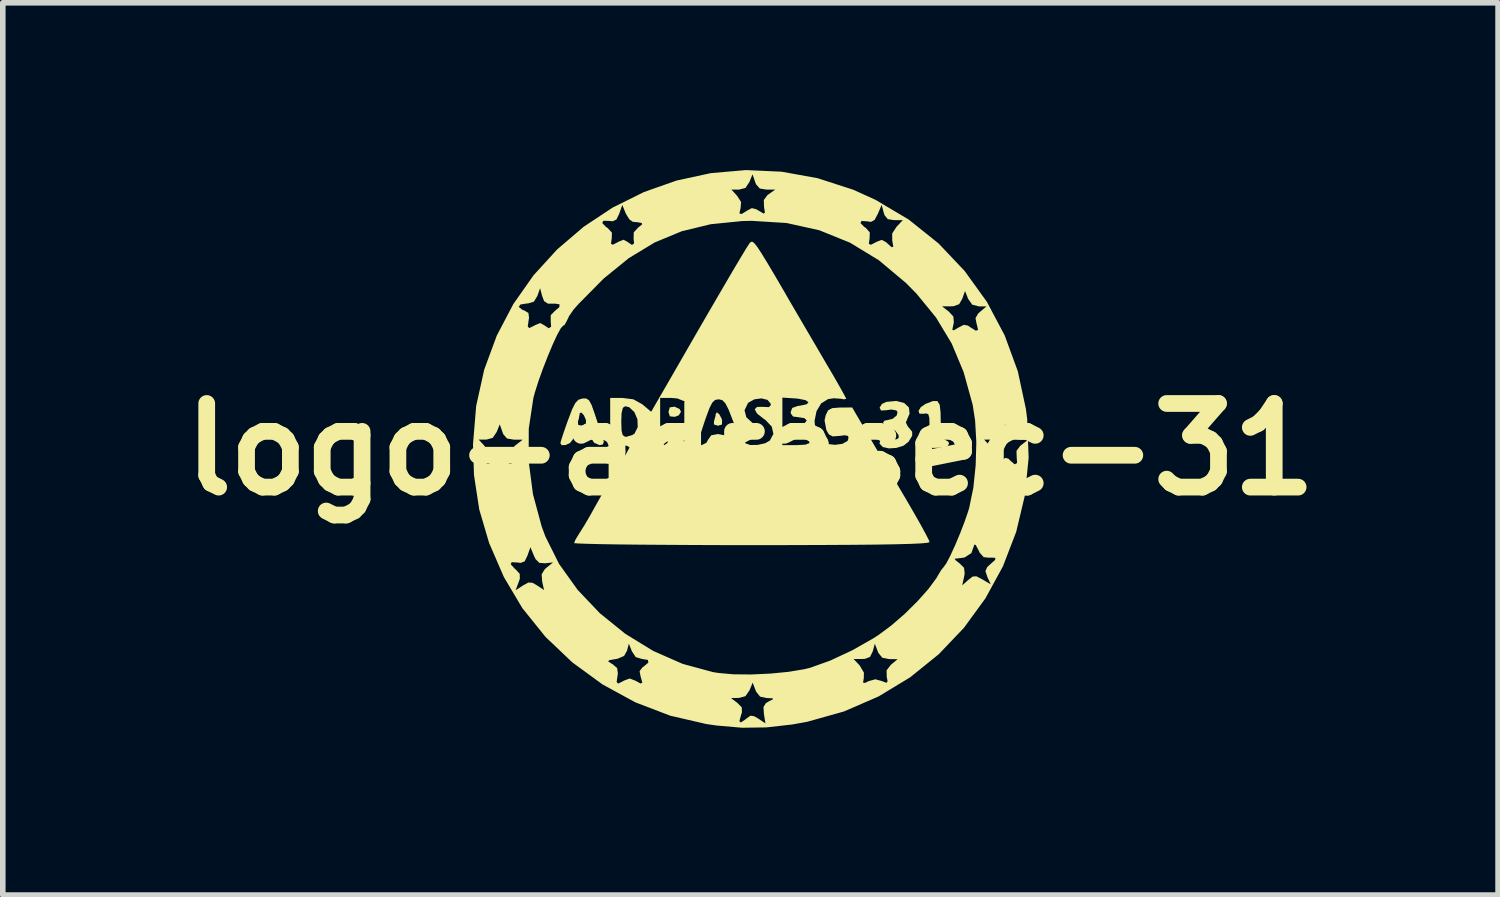
<source format=kicad_pcb>
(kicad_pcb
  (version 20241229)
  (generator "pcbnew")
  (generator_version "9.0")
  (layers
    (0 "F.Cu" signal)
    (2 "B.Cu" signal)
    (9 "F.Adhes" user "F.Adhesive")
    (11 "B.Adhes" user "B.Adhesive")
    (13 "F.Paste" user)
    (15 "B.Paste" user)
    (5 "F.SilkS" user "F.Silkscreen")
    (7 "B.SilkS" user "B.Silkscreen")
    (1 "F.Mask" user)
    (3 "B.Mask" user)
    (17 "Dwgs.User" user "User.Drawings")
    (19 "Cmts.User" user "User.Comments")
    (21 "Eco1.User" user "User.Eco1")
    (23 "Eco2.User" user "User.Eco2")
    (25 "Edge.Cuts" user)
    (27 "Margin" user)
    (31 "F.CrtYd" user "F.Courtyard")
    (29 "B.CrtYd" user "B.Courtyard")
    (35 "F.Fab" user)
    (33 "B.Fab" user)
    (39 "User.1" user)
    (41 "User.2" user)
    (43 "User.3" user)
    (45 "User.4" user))
  (footprint "logo-adrasec-31"
    (layer "F.Cu")
    (at 10.407 5.007)
    (property "Reference" "logo-adrasec-31" (at 0 0 0) (layer "F.SilkS") (effects (font (size 1.5 1.5) (thickness 0.3))))
    (attr board_only exclude_from_pos_files exclude_from_bom)
    (fp_poly (pts (xy -1.357 -0.763) (xy -1.27 -0.722) (xy -1.245 -0.672) (xy -1.287 -0.608) (xy -1.357 -0.582) (xy -1.445 -0.591) (xy -1.469 -0.668) (xy -1.469 -0.672) (xy -1.446 -0.752) (xy -1.362 -0.764)) (stroke (width 0) (type solid)) (fill yes) (layer "F.SilkS"))
    (fp_poly (pts (xy -0.56 -0.63) (xy -0.518 -0.553) (xy -0.509 -0.524) (xy -0.51 -0.444) (xy -0.583 -0.423) (xy -0.655 -0.446) (xy -0.653 -0.502) (xy -0.626 -0.599) (xy -0.623 -0.63) (xy -0.603 -0.663)) (stroke (width 0) (type solid)) (fill yes) (layer "F.SilkS"))
    (fp_poly (pts (xy 3.352 -0.865) (xy 3.394 -0.799) (xy 3.41 -0.654) (xy 3.412 -0.523) (xy 3.416 -0.334) (xy 3.432 -0.225) (xy 3.463 -0.179) (xy 3.486 -0.174) (xy 3.552 -0.134) (xy 3.561 -0.1) (xy 3.536 -0.055) (xy 3.45 -0.031) (xy 3.287 -0.025) (xy 3.122 -0.032) (xy 3.037 -0.055) (xy 3.013 -0.1) (xy 3.055 -0.16) (xy 3.113 -0.174) (xy 3.173 -0.188) (xy 3.203 -0.244) (xy 3.212 -0.369) (xy 3.212 -0.419) (xy 3.208 -0.564) (xy 3.189 -0.631) (xy 3.144 -0.644) (xy 3.113 -0.637) (xy 3.031 -0.639) (xy 3.014 -0.688) (xy 3.056 -0.757) (xy 3.14 -0.814) (xy 3.272 -0.865)) (stroke (width 0) (type solid)) (fill yes) (layer "F.SilkS"))
    (fp_poly (pts (xy 2.757 -0.83) (xy 2.842 -0.75) (xy 2.854 -0.64) (xy 2.824 -0.571) (xy 2.787 -0.48) (xy 2.824 -0.406) (xy 2.837 -0.393) (xy 2.901 -0.314) (xy 2.9 -0.242) (xy 2.836 -0.136) (xy 2.746 -0.065) (xy 2.618 -0.025) (xy 2.483 -0.016) (xy 2.373 -0.041) (xy 2.317 -0.1) (xy 2.316 -0.115) (xy 2.334 -0.173) (xy 2.405 -0.19) (xy 2.495 -0.183) (xy 2.613 -0.177) (xy 2.658 -0.202) (xy 2.657 -0.253) (xy 2.599 -0.334) (xy 2.519 -0.373) (xy 2.419 -0.416) (xy 2.377 -0.472) (xy 2.402 -0.514) (xy 2.455 -0.523) (xy 2.553 -0.548) (xy 2.623 -0.607) (xy 2.638 -0.67) (xy 2.614 -0.698) (xy 2.527 -0.713) (xy 2.438 -0.701) (xy 2.343 -0.695) (xy 2.316 -0.745) (xy 2.358 -0.813) (xy 2.435 -0.85) (xy 2.616 -0.867)) (stroke (width 0) (type solid)) (fill yes) (layer "F.SilkS"))
    (fp_poly (pts (xy -2.945 -0.911) (xy -2.895 -0.879) (xy -2.849 -0.796) (xy -2.795 -0.644) (xy -2.768 -0.563) (xy -2.709 -0.38) (xy -2.66 -0.23) (xy -2.63 -0.143) (xy -2.628 -0.137) (xy -2.647 -0.086) (xy -2.706 -0.075) (xy -2.804 -0.118) (xy -2.839 -0.174) (xy -2.906 -0.255) (xy -3.013 -0.274) (xy -3.137 -0.245) (xy -3.187 -0.174) (xy -3.237 -0.112) (xy -3.316 -0.076) (xy -3.386 -0.075) (xy -3.408 -0.112) (xy -3.391 -0.174) (xy -3.348 -0.304) (xy -3.288 -0.477) (xy -3.279 -0.502) (xy -3.093 -0.502) (xy -3.089 -0.438) (xy -3.023 -0.423) (xy -2.95 -0.446) (xy -2.949 -0.524) (xy -2.986 -0.61) (xy -3.031 -0.659) (xy -3.061 -0.648) (xy -3.063 -0.63) (xy -3.079 -0.543) (xy -3.093 -0.502) (xy -3.279 -0.502) (xy -3.271 -0.523) (xy -3.199 -0.714) (xy -3.141 -0.829) (xy -3.085 -0.888) (xy -3.017 -0.91) (xy -3.011 -0.911)) (stroke (width 0) (type solid)) (fill yes) (layer "F.SilkS"))
    (fp_poly (pts (xy 0.07 -3.696) (xy 0.121 -3.632) (xy 0.194 -3.521) (xy 0.296 -3.355) (xy 0.433 -3.125) (xy 0.611 -2.82) (xy 0.686 -2.689) (xy 0.842 -2.422) (xy 1.025 -2.109) (xy 1.211 -1.792) (xy 1.361 -1.535) (xy 1.49 -1.316) (xy 1.597 -1.129) (xy 1.675 -0.989) (xy 1.715 -0.913) (xy 1.718 -0.905) (xy 1.678 -0.896) (xy 1.619 -0.907) (xy 1.494 -0.915) (xy 1.392 -0.9) (xy 1.268 -0.823) (xy 1.185 -0.683) (xy 1.15 -0.51) (xy 1.166 -0.334) (xy 1.238 -0.184) (xy 1.271 -0.149) (xy 1.378 -0.096) (xy 1.516 -0.08) (xy 1.649 -0.098) (xy 1.74 -0.148) (xy 1.758 -0.184) (xy 1.753 -0.238) (xy 1.693 -0.252) (xy 1.599 -0.24) (xy 1.475 -0.231) (xy 1.407 -0.267) (xy 1.362 -0.344) (xy 1.329 -0.518) (xy 1.35 -0.612) (xy 1.393 -0.699) (xy 1.466 -0.738) (xy 1.602 -0.749) (xy 1.611 -0.749) (xy 1.825 -0.75) (xy 2.102 -0.276) (xy 2.229 -0.058) (xy 2.39 0.216) (xy 2.566 0.515) (xy 2.739 0.809) (xy 2.796 0.905) (xy 2.935 1.145) (xy 3.055 1.356) (xy 3.146 1.524) (xy 3.201 1.632) (xy 3.212 1.664) (xy 3.176 1.676) (xy 3.065 1.687) (xy 2.876 1.696) (xy 2.606 1.703) (xy 2.252 1.709) (xy 1.81 1.713) (xy 1.278 1.716) (xy 0.652 1.718) (xy 0.025 1.718) (xy -0.528 1.718) (xy -1.051 1.716) (xy -1.535 1.713) (xy -1.972 1.71) (xy -2.354 1.706) (xy -2.671 1.701) (xy -2.917 1.695) (xy -3.082 1.689) (xy -3.158 1.683) (xy -3.162 1.681) (xy -3.136 1.618) (xy -3.073 1.514) (xy -3.06 1.494) (xy -2.979 1.366) (xy -2.879 1.195) (xy -2.81 1.071) (xy -2.713 0.898) (xy -2.587 0.68) (xy -2.453 0.458) (xy -2.417 0.398) (xy -2.31 0.221) (xy -2.226 0.076) (xy -2.176 -0.017) (xy -2.169 -0.037) (xy -2.211 -0.062) (xy -2.318 -0.074) (xy -2.341 -0.075) (xy -2.515 -0.075) (xy -2.515 -0.498) (xy -2.316 -0.498) (xy -2.311 -0.338) (xy -2.291 -0.255) (xy -2.249 -0.226) (xy -2.226 -0.224) (xy -2.116 -0.256) (xy -2.077 -0.284) (xy -2.021 -0.398) (xy -2.025 -0.498) (xy -1.619 -0.498) (xy -1.615 -0.286) (xy -1.604 -0.157) (xy -1.581 -0.092) (xy -1.544 -0.075) (xy -1.489 -0.113) (xy -1.469 -0.233) (xy -1.469 -0.249) (xy -1.456 -0.364) (xy -1.424 -0.422) (xy -1.418 -0.423) (xy -1.362 -0.384) (xy -1.287 -0.287) (xy -1.263 -0.249) (xy -1.183 -0.139) (xy -1.108 -0.079) (xy -1.091 -0.075) (xy -1.031 -0.1) (xy -1.031 -0.102) (xy -0.929 -0.102) (xy -0.906 -0.078) (xy -0.874 -0.075) (xy -0.789 -0.117) (xy -0.758 -0.174) (xy -0.703 -0.251) (xy -0.581 -0.274) (xy -0.454 -0.249) (xy -0.398 -0.174) (xy -0.348 -0.112) (xy -0.269 -0.075) (xy -0.199 -0.075) (xy -0.177 -0.112) (xy -0.194 -0.173) (xy -0.198 -0.185) (xy -0.129 -0.185) (xy -0.096 -0.112) (xy -0.091 -0.108) (xy -0.003 -0.077) (xy 0.131 -0.079) (xy 0.265 -0.109) (xy 0.348 -0.156) (xy 0.412 -0.277) (xy 0.383 -0.406) (xy 0.293 -0.501) (xy 0.573 -0.501) (xy 0.573 -0.075) (xy 0.826 -0.075) (xy 0.984 -0.083) (xy 1.055 -0.11) (xy 1.059 -0.137) (xy 1 -0.185) (xy 0.885 -0.214) (xy 0.88 -0.215) (xy 0.761 -0.254) (xy 0.715 -0.322) (xy 0.744 -0.391) (xy 0.853 -0.432) (xy 0.855 -0.432) (xy 0.971 -0.466) (xy 1.01 -0.517) (xy 0.968 -0.559) (xy 0.876 -0.573) (xy 0.764 -0.588) (xy 0.724 -0.644) (xy 0.722 -0.669) (xy 0.75 -0.742) (xy 0.849 -0.777) (xy 0.884 -0.781) (xy 1.008 -0.807) (xy 1.041 -0.844) (xy 0.99 -0.881) (xy 0.859 -0.907) (xy 0.809 -0.912) (xy 0.573 -0.927) (xy 0.573 -0.501) (xy 0.293 -0.501) (xy 0.267 -0.528) (xy 0.238 -0.547) (xy 0.118 -0.642) (xy 0.077 -0.717) (xy 0.118 -0.76) (xy 0.226 -0.761) (xy 0.332 -0.756) (xy 0.365 -0.792) (xy 0.363 -0.818) (xy 0.307 -0.886) (xy 0.197 -0.913) (xy 0.07 -0.896) (xy -0.037 -0.836) (xy -0.044 -0.828) (xy -0.106 -0.701) (xy -0.074 -0.575) (xy 0.047 -0.464) (xy 0.078 -0.446) (xy 0.196 -0.362) (xy 0.227 -0.287) (xy 0.174 -0.239) (xy 0.05 -0.234) (xy -0.077 -0.229) (xy -0.129 -0.185) (xy -0.198 -0.185) (xy -0.238 -0.303) (xy -0.3 -0.476) (xy -0.318 -0.523) (xy -0.392 -0.713) (xy -0.45 -0.826) (xy -0.504 -0.881) (xy -0.566 -0.896) (xy -0.572 -0.896) (xy -0.633 -0.885) (xy -0.683 -0.839) (xy -0.734 -0.74) (xy -0.797 -0.57) (xy -0.826 -0.486) (xy -0.891 -0.288) (xy -0.924 -0.166) (xy -0.929 -0.102) (xy -1.031 -0.102) (xy -1.034 -0.183) (xy -1.096 -0.323) (xy -1.135 -0.429) (xy -1.129 -0.492) (xy -1.126 -0.494) (xy -1.079 -0.56) (xy -1.056 -0.625) (xy -1.067 -0.752) (xy -1.159 -0.852) (xy -1.312 -0.912) (xy -1.419 -0.921) (xy -1.619 -0.921) (xy -1.619 -0.498) (xy -2.025 -0.498) (xy -2.026 -0.537) (xy -2.081 -0.667) (xy -2.173 -0.754) (xy -2.245 -0.772) (xy -2.288 -0.744) (xy -2.311 -0.647) (xy -2.316 -0.498) (xy -2.515 -0.498) (xy -2.515 -0.921) (xy -2.295 -0.921) (xy -2.099 -0.896) (xy -1.942 -0.809) (xy -1.927 -0.797) (xy -1.78 -0.673) (xy -1.356 -1.407) (xy -1.025 -1.982) (xy -0.742 -2.471) (xy -0.506 -2.876) (xy -0.317 -3.199) (xy -0.173 -3.441) (xy -0.075 -3.604) (xy -0.02 -3.689) (xy -0.013 -3.699) (xy 0.009 -3.72) (xy 0.035 -3.722)) (stroke (width 0) (type solid)) (fill yes) (layer "F.SilkS"))
    (fp_poly (pts (xy 0.559 -4.978) (xy 1.203 -4.862) (xy 1.843 -4.655) (xy 2.24 -4.475) (xy 2.837 -4.121) (xy 3.374 -3.691) (xy 3.843 -3.196) (xy 4.241 -2.643) (xy 4.56 -2.041) (xy 4.795 -1.399) (xy 4.94 -0.723) (xy 4.963 -0.543) (xy 4.977 -0.172) (xy 4.823 -0.173) (xy 4.701 -0.193) (xy 4.634 -0.269) (xy 4.617 -0.311) (xy 4.569 -0.448) (xy 4.514 -0.311) (xy 4.443 -0.205) (xy 4.328 -0.174) (xy 4.325 -0.174) (xy 4.191 -0.174) (xy 4.294 -0.062) (xy 4.365 0.047) (xy 4.356 0.156) (xy 4.354 0.162) (xy 4.334 0.251) (xy 4.375 0.266) (xy 4.48 0.208) (xy 4.491 0.2) (xy 4.576 0.153) (xy 4.631 0.171) (xy 4.657 0.2) (xy 4.738 0.269) (xy 4.782 0.247) (xy 4.775 0.143) (xy 4.775 0.143) (xy 4.771 0.028) (xy 4.84 -0.064) (xy 4.861 -0.08) (xy 4.977 -0.169) (xy 4.989 0.153) (xy 4.921 0.83) (xy 4.766 1.48) (xy 4.529 2.097) (xy 4.214 2.673) (xy 3.828 3.202) (xy 3.376 3.676) (xy 2.864 4.089) (xy 2.296 4.433) (xy 1.678 4.701) (xy 1.016 4.887) (xy 0.747 4.935) (xy 0.286 4.987) (xy -0.15 4.993) (xy -0.609 4.953) (xy -0.79 4.927) (xy -1.438 4.777) (xy -2.062 4.538) (xy -2.206 4.46) (xy -0.349 4.46) (xy -0.234 4.548) (xy -0.156 4.627) (xy -0.152 4.715) (xy -0.17 4.771) (xy -0.198 4.876) (xy -0.171 4.899) (xy -0.086 4.841) (xy -0.07 4.827) (xy 0.00044 4.777) (xy 0.069 4.787) (xy 0.143 4.831) (xy 0.269 4.914) (xy 0.242 4.745) (xy 0.234 4.622) (xy 0.276 4.553) (xy 0.331 4.52) (xy 0.406 4.481) (xy 0.397 4.465) (xy 0.296 4.461) (xy 0.173 4.435) (xy 0.102 4.346) (xy 0.092 4.32) (xy 0.04 4.184) (xy -0.016 4.32) (xy -0.089 4.427) (xy -0.206 4.459) (xy -0.21 4.459) (xy -0.349 4.46) (xy -2.206 4.46) (xy -2.65 4.218) (xy -3.191 3.823) (xy -3.214 3.802) (xy -2.552 3.802) (xy -2.495 3.84) (xy -2.472 3.853) (xy -2.39 3.923) (xy -2.377 4.023) (xy -2.384 4.064) (xy -2.399 4.174) (xy -2.37 4.201) (xy -2.28 4.156) (xy -2.265 4.147) (xy -2.164 4.11) (xy -2.068 4.147) (xy -1.969 4.2) (xy -1.938 4.185) (xy -1.963 4.095) (xy -1.967 4.084) (xy -1.988 3.98) (xy -1.939 3.913) (xy -1.916 3.897) (xy -1.83 3.825) (xy -1.839 3.777) (xy -1.943 3.76) (xy -1.944 3.76) (xy -2.057 3.726) (xy -2.125 3.623) (xy -2.18 3.486) (xy -2.213 3.611) (xy -2.266 3.706) (xy -2.378 3.754) (xy -2.418 3.762) (xy -2.529 3.781) (xy -2.552 3.802) (xy -3.214 3.802) (xy -3.675 3.364) (xy -4.091 2.847) (xy -4.421 2.291) (xy -4.52 2.063) (xy -4.298 2.063) (xy -4.224 2.143) (xy -4.205 2.159) (xy -4.137 2.234) (xy -4.135 2.32) (xy -4.157 2.385) (xy -4.211 2.528) (xy -4.082 2.444) (xy -3.983 2.389) (xy -3.907 2.394) (xy -3.826 2.441) (xy -3.701 2.524) (xy -3.735 2.369) (xy -3.744 2.242) (xy -3.689 2.152) (xy -3.654 2.121) (xy -3.539 2.028) (xy -3.679 2.044) (xy -3.785 2.037) (xy -3.853 1.969) (xy -3.882 1.908) (xy -3.945 1.756) (xy -3.998 1.905) (xy -4.048 2.009) (xy -4.12 2.037) (xy -4.179 2.03) (xy -4.283 2.024) (xy -4.298 2.063) (xy -4.52 2.063) (xy -4.686 1.68) (xy -4.863 1.079) (xy -4.957 0.463) (xy -4.975 -0.09) (xy -4.968 -0.174) (xy -4.873 -0.174) (xy -4.77 -0.062) (xy -4.7 0.047) (xy -4.708 0.156) (xy -4.71 0.162) (xy -4.736 0.25) (xy -4.707 0.266) (xy -4.612 0.216) (xy -4.606 0.212) (xy -4.504 0.175) (xy -4.408 0.212) (xy -4.309 0.265) (xy -4.273 0.249) (xy -4.278 0.212) (xy -3.977 0.212) (xy -3.9 0.803) (xy -3.745 1.379) (xy -3.678 1.562) (xy -3.431 2.056) (xy -3.1 2.519) (xy -2.699 2.941) (xy -2.242 3.31) (xy -1.743 3.616) (xy -1.215 3.848) (xy -0.673 3.995) (xy -0.573 4.011) (xy -0.307 4.035) (xy 0.015 4.038) (xy 0.358 4.022) (xy 0.687 3.99) (xy 0.968 3.943) (xy 1.071 3.918) (xy 1.434 3.788) (xy 1.493 3.76) (xy 1.85 3.76) (xy 1.957 3.874) (xy 2.035 4.004) (xy 2.033 4.103) (xy 2.019 4.184) (xy 2.056 4.189) (xy 2.116 4.159) (xy 2.24 4.124) (xy 2.353 4.155) (xy 2.44 4.188) (xy 2.46 4.158) (xy 2.444 4.082) (xy 2.442 3.963) (xy 2.519 3.864) (xy 2.526 3.858) (xy 2.64 3.764) (xy 2.487 3.762) (xy 2.365 3.738) (xy 2.295 3.652) (xy 2.283 3.623) (xy 2.231 3.486) (xy 2.194 3.623) (xy 2.145 3.723) (xy 2.054 3.758) (xy 2.003 3.76) (xy 1.85 3.76) (xy 1.493 3.76) (xy 1.827 3.604) (xy 2.209 3.387) (xy 2.294 3.332) (xy 2.523 3.162) (xy 2.764 2.954) (xy 2.993 2.728) (xy 3.19 2.507) (xy 3.334 2.312) (xy 3.365 2.258) (xy 3.424 2.161) (xy 3.461 2.117) (xy 3.511 2.048) (xy 3.556 1.963) (xy 3.662 1.963) (xy 3.68 1.99) (xy 3.752 2.047) (xy 3.83 2.124) (xy 3.842 2.224) (xy 3.832 2.283) (xy 3.798 2.44) (xy 3.905 2.344) (xy 3.985 2.282) (xy 4.051 2.277) (xy 4.151 2.328) (xy 4.161 2.334) (xy 4.309 2.421) (xy 4.248 2.288) (xy 4.214 2.184) (xy 4.246 2.112) (xy 4.297 2.065) (xy 4.388 1.984) (xy 4.392 1.946) (xy 4.311 1.942) (xy 4.282 1.945) (xy 4.183 1.934) (xy 4.113 1.857) (xy 4.086 1.801) (xy 4.041 1.717) (xy 4.015 1.707) (xy 4.013 1.718) (xy 3.962 1.861) (xy 3.842 1.939) (xy 3.802 1.946) (xy 3.702 1.958) (xy 3.662 1.963) (xy 3.556 1.963) (xy 3.584 1.909) (xy 3.67 1.722) (xy 3.759 1.51) (xy 3.841 1.297) (xy 3.907 1.105) (xy 3.924 1.046) (xy 3.997 0.692) (xy 4.039 0.289) (xy 4.051 -0.126) (xy 4.029 -0.517) (xy 3.985 -0.8) (xy 3.823 -1.385) (xy 3.608 -1.899) (xy 3.329 -2.362) (xy 3.165 -2.563) (xy 3.436 -2.563) (xy 3.556 -2.471) (xy 3.639 -2.381) (xy 3.648 -2.276) (xy 3.64 -2.24) (xy 3.62 -2.145) (xy 3.645 -2.132) (xy 3.727 -2.181) (xy 3.825 -2.232) (xy 3.899 -2.219) (xy 3.941 -2.19) (xy 4.042 -2.127) (xy 4.082 -2.14) (xy 4.062 -2.232) (xy 4.057 -2.245) (xy 4.036 -2.352) (xy 4.083 -2.434) (xy 4.121 -2.468) (xy 4.233 -2.562) (xy 4.095 -2.563) (xy 3.977 -2.594) (xy 3.904 -2.698) (xy 3.902 -2.702) (xy 3.848 -2.839) (xy 3.8 -2.702) (xy 3.743 -2.602) (xy 3.643 -2.566) (xy 3.594 -2.564) (xy 3.436 -2.563) (xy 3.165 -2.563) (xy 2.977 -2.792) (xy 2.792 -2.98) (xy 2.303 -3.39) (xy 1.786 -3.705) (xy 1.235 -3.928) (xy 0.652 -4.057) (xy 1.974 -4.057) (xy 2.041 -3.988) (xy 2.068 -3.971) (xy 2.14 -3.89) (xy 2.137 -3.784) (xy 2.123 -3.687) (xy 2.16 -3.667) (xy 2.259 -3.718) (xy 2.266 -3.722) (xy 2.356 -3.756) (xy 2.435 -3.712) (xy 2.45 -3.697) (xy 2.533 -3.624) (xy 2.562 -3.632) (xy 2.546 -3.727) (xy 2.543 -3.742) (xy 2.542 -3.87) (xy 2.62 -3.99) (xy 2.621 -3.991) (xy 2.732 -4.109) (xy 2.579 -4.109) (xy 2.463 -4.127) (xy 2.404 -4.2) (xy 2.39 -4.246) (xy 2.353 -4.383) (xy 2.284 -4.22) (xy 2.226 -4.112) (xy 2.161 -4.078) (xy 2.091 -4.088) (xy 1.992 -4.095) (xy 1.974 -4.057) (xy 0.652 -4.057) (xy 0.648 -4.058) (xy 0.02 -4.097) (xy -0.149 -4.093) (xy -0.713 -4.036) (xy -1.232 -3.91) (xy -1.717 -3.709) (xy -2.181 -3.428) (xy -2.633 -3.061) (xy -3.085 -2.603) (xy -3.174 -2.502) (xy -3.252 -2.389) (xy -3.289 -2.31) (xy -3.331 -2.233) (xy -3.358 -2.216) (xy -3.4 -2.172) (xy -3.465 -2.054) (xy -3.546 -1.879) (xy -3.634 -1.669) (xy -3.722 -1.443) (xy -3.802 -1.22) (xy -3.865 -1.02) (xy -3.892 -0.921) (xy -3.975 -0.37) (xy -3.977 0.212) (xy -4.278 0.212) (xy -4.286 0.155) (xy -4.289 0.143) (xy -4.294 0.028) (xy -4.224 -0.064) (xy -4.203 -0.08) (xy -4.084 -0.172) (xy -4.242 -0.173) (xy -4.364 -0.193) (xy -4.431 -0.269) (xy -4.447 -0.311) (xy -4.495 -0.448) (xy -4.55 -0.311) (xy -4.621 -0.205) (xy -4.736 -0.174) (xy -4.739 -0.174) (xy -4.873 -0.174) (xy -4.968 -0.174) (xy -4.918 -0.777) (xy -4.774 -1.428) (xy -4.549 -2.038) (xy -4.279 -2.553) (xy -4.154 -2.553) (xy -4.091 -2.502) (xy -4.054 -2.489) (xy -3.981 -2.444) (xy -3.97 -2.358) (xy -3.978 -2.311) (xy -3.993 -2.2) (xy -3.964 -2.174) (xy -3.874 -2.219) (xy -3.86 -2.227) (xy -3.769 -2.264) (xy -3.702 -2.227) (xy -3.616 -2.17) (xy -3.574 -2.199) (xy -3.581 -2.29) (xy -3.581 -2.405) (xy -3.512 -2.476) (xy -3.427 -2.549) (xy -3.423 -2.599) (xy -3.499 -2.612) (xy -3.63 -2.611) (xy -3.7 -2.657) (xy -3.736 -2.752) (xy -3.772 -2.889) (xy -3.82 -2.752) (xy -3.882 -2.648) (xy -3.989 -2.615) (xy -4.013 -2.615) (xy -4.126 -2.596) (xy -4.154 -2.553) (xy -4.279 -2.553) (xy -4.252 -2.604) (xy -3.889 -3.121) (xy -3.466 -3.584) (xy -2.991 -3.99) (xy -2.89 -4.057) (xy -2.657 -4.057) (xy -2.588 -3.986) (xy -2.56 -3.968) (xy -2.484 -3.885) (xy -2.487 -3.782) (xy -2.501 -3.687) (xy -2.468 -3.668) (xy -2.371 -3.718) (xy -2.366 -3.722) (xy -2.275 -3.758) (xy -2.208 -3.722) (xy -2.124 -3.664) (xy -2.086 -3.693) (xy -2.095 -3.779) (xy -2.092 -3.891) (xy -2.01 -3.979) (xy -1.944 -4.031) (xy -1.948 -4.058) (xy -2.034 -4.073) (xy -2.109 -4.079) (xy -2.173 -4.125) (xy -2.235 -4.228) (xy -2.237 -4.233) (xy -2.298 -4.382) (xy -2.352 -4.226) (xy -2.403 -4.12) (xy -2.471 -4.089) (xy -2.535 -4.096) (xy -2.639 -4.098) (xy -2.657 -4.057) (xy -2.89 -4.057) (xy -2.472 -4.334) (xy -1.914 -4.611) (xy -1.786 -4.657) (xy -0.341 -4.657) (xy -0.238 -4.545) (xy -0.168 -4.435) (xy -0.176 -4.327) (xy -0.178 -4.32) (xy -0.198 -4.231) (xy -0.158 -4.219) (xy -0.056 -4.282) (xy 0.025 -4.325) (xy 0.105 -4.305) (xy 0.155 -4.275) (xy 0.237 -4.227) (xy 0.26 -4.245) (xy 0.244 -4.346) (xy 0.24 -4.47) (xy 0.302 -4.555) (xy 0.33 -4.576) (xy 0.445 -4.657) (xy 0.289 -4.657) (xy 0.168 -4.676) (xy 0.101 -4.752) (xy 0.085 -4.794) (xy 0.037 -4.931) (xy -0.018 -4.794) (xy -0.089 -4.687) (xy -0.204 -4.657) (xy -0.207 -4.657) (xy -0.341 -4.657) (xy -1.786 -4.657) (xy -1.325 -4.819) (xy -0.712 -4.952) (xy -0.081 -5.007)) (stroke (width 0) (type solid)) (fill yes) (layer "F.SilkS")))
  (gr_rect
    (start -3 -3)
    (end 23.814 13)
    (stroke (width 0.1) (type default))
    (fill no)
    (layer "Edge.Cuts")))
</source>
